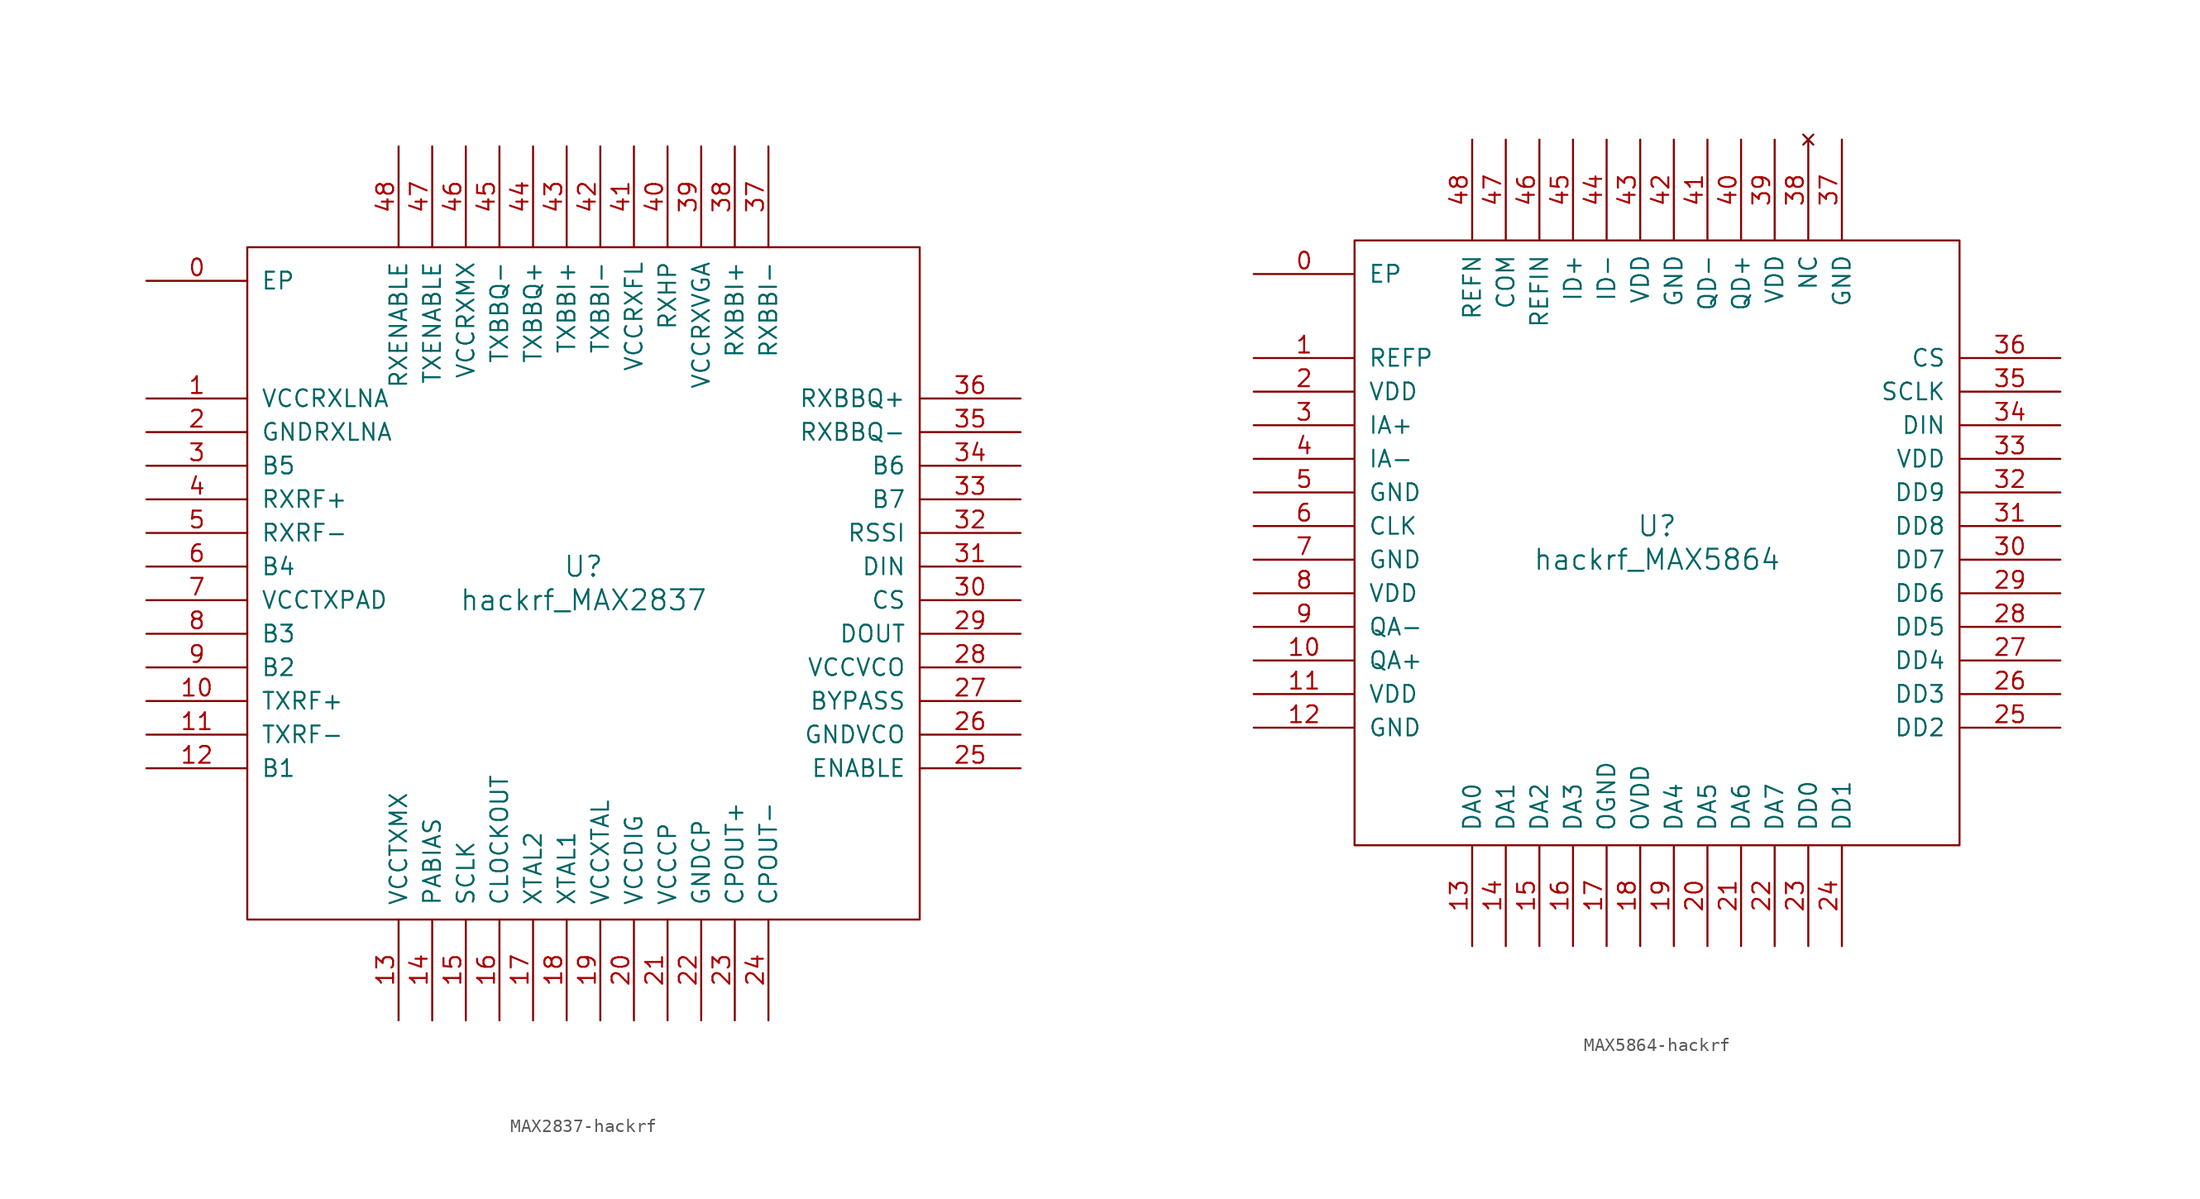
<source format=kicad_sym>
(kicad_symbol_lib
  (version 20231120)
  (generator "kicad_symbol_editor")
  (generator_version "8.0")
  (symbol "MAX2837-hackrf"
    (pin_names
      (offset 1.016))
    (property "Reference" "U"
      (at 0 1.27 0)
      (effects (font (size 1.524 1.524))))
    (property "Value" "hackrf_MAX2837"
      (at 0 -1.27 0)
      (effects (font (size 1.524 1.524))))
    (property "Footprint" ""
      (at 0 0 0)
      (effects (font (size 1.524 1.524))))
    (property "Datasheet" ""
      (at 0 0 0)
      (effects (font (size 1.524 1.524))))
    (symbol "MAX2837-hackrf_0_1"
      (rectangle (start -25.4 25.4) (end 25.4 -25.4) (stroke (width 0) (type solid)) (fill (type none))))
    (symbol "MAX2837-hackrf_1_1"
      (pin power_in line (at -33.02 22.86 0) (length 7.62) (name "EP" (effects (font (size 1.27 1.27)))) (number "0" (effects (font (size 1.27 1.27)))))
      (pin power_in line (at -33.02 13.97 0) (length 7.62) (name "VCCRXLNA" (effects (font (size 1.27 1.27)))) (number "1" (effects (font (size 1.27 1.27)))))
      (pin output line (at -33.02 -8.89 0) (length 7.62) (name "TXRF+" (effects (font (size 1.27 1.27)))) (number "10" (effects (font (size 1.27 1.27)))))
      (pin output line (at -33.02 -11.43 0) (length 7.62) (name "TXRF-" (effects (font (size 1.27 1.27)))) (number "11" (effects (font (size 1.27 1.27)))))
      (pin input line (at -33.02 -13.97 0) (length 7.62) (name "B1" (effects (font (size 1.27 1.27)))) (number "12" (effects (font (size 1.27 1.27)))))
      (pin power_in line (at -13.97 -33.02 90) (length 7.62) (name "VCCTXMX" (effects (font (size 1.27 1.27)))) (number "13" (effects (font (size 1.27 1.27)))))
      (pin output line (at -11.43 -33.02 90) (length 7.62) (name "PABIAS" (effects (font (size 1.27 1.27)))) (number "14" (effects (font (size 1.27 1.27)))))
      (pin input line (at -8.89 -33.02 90) (length 7.62) (name "SCLK" (effects (font (size 1.27 1.27)))) (number "15" (effects (font (size 1.27 1.27)))))
      (pin output line (at -6.35 -33.02 90) (length 7.62) (name "CLOCKOUT" (effects (font (size 1.27 1.27)))) (number "16" (effects (font (size 1.27 1.27)))))
      (pin input line (at -3.81 -33.02 90) (length 7.62) (name "XTAL2" (effects (font (size 1.27 1.27)))) (number "17" (effects (font (size 1.27 1.27)))))
      (pin output line (at -1.27 -33.02 90) (length 7.62) (name "XTAL1" (effects (font (size 1.27 1.27)))) (number "18" (effects (font (size 1.27 1.27)))))
      (pin power_in line (at 1.27 -33.02 90) (length 7.62) (name "VCCXTAL" (effects (font (size 1.27 1.27)))) (number "19" (effects (font (size 1.27 1.27)))))
      (pin power_in line (at -33.02 11.43 0) (length 7.62) (name "GNDRXLNA" (effects (font (size 1.27 1.27)))) (number "2" (effects (font (size 1.27 1.27)))))
      (pin power_in line (at 3.81 -33.02 90) (length 7.62) (name "VCCDIG" (effects (font (size 1.27 1.27)))) (number "20" (effects (font (size 1.27 1.27)))))
      (pin power_in line (at 6.35 -33.02 90) (length 7.62) (name "VCCCP" (effects (font (size 1.27 1.27)))) (number "21" (effects (font (size 1.27 1.27)))))
      (pin power_in line (at 8.89 -33.02 90) (length 7.62) (name "GNDCP" (effects (font (size 1.27 1.27)))) (number "22" (effects (font (size 1.27 1.27)))))
      (pin output line (at 11.43 -33.02 90) (length 7.62) (name "CPOUT+" (effects (font (size 1.27 1.27)))) (number "23" (effects (font (size 1.27 1.27)))))
      (pin output line (at 13.97 -33.02 90) (length 7.62) (name "CPOUT-" (effects (font (size 1.27 1.27)))) (number "24" (effects (font (size 1.27 1.27)))))
      (pin input line (at 33.02 -13.97 180) (length 7.62) (name "ENABLE" (effects (font (size 1.27 1.27)))) (number "25" (effects (font (size 1.27 1.27)))))
      (pin power_in line (at 33.02 -11.43 180) (length 7.62) (name "GNDVCO" (effects (font (size 1.27 1.27)))) (number "26" (effects (font (size 1.27 1.27)))))
      (pin output line (at 33.02 -8.89 180) (length 7.62) (name "BYPASS" (effects (font (size 1.27 1.27)))) (number "27" (effects (font (size 1.27 1.27)))))
      (pin power_in line (at 33.02 -6.35 180) (length 7.62) (name "VCCVCO" (effects (font (size 1.27 1.27)))) (number "28" (effects (font (size 1.27 1.27)))))
      (pin output line (at 33.02 -3.81 180) (length 7.62) (name "DOUT" (effects (font (size 1.27 1.27)))) (number "29" (effects (font (size 1.27 1.27)))))
      (pin input line (at -33.02 8.89 0) (length 7.62) (name "B5" (effects (font (size 1.27 1.27)))) (number "3" (effects (font (size 1.27 1.27)))))
      (pin input line (at 33.02 -1.27 180) (length 7.62) (name "CS" (effects (font (size 1.27 1.27)))) (number "30" (effects (font (size 1.27 1.27)))))
      (pin input line (at 33.02 1.27 180) (length 7.62) (name "DIN" (effects (font (size 1.27 1.27)))) (number "31" (effects (font (size 1.27 1.27)))))
      (pin output line (at 33.02 3.81 180) (length 7.62) (name "RSSI" (effects (font (size 1.27 1.27)))) (number "32" (effects (font (size 1.27 1.27)))))
      (pin input line (at 33.02 6.35 180) (length 7.62) (name "B7" (effects (font (size 1.27 1.27)))) (number "33" (effects (font (size 1.27 1.27)))))
      (pin input line (at 33.02 8.89 180) (length 7.62) (name "B6" (effects (font (size 1.27 1.27)))) (number "34" (effects (font (size 1.27 1.27)))))
      (pin output line (at 33.02 11.43 180) (length 7.62) (name "RXBBQ-" (effects (font (size 1.27 1.27)))) (number "35" (effects (font (size 1.27 1.27)))))
      (pin output line (at 33.02 13.97 180) (length 7.62) (name "RXBBQ+" (effects (font (size 1.27 1.27)))) (number "36" (effects (font (size 1.27 1.27)))))
      (pin output line (at 13.97 33.02 270) (length 7.62) (name "RXBBI-" (effects (font (size 1.27 1.27)))) (number "37" (effects (font (size 1.27 1.27)))))
      (pin output line (at 11.43 33.02 270) (length 7.62) (name "RXBBI+" (effects (font (size 1.27 1.27)))) (number "38" (effects (font (size 1.27 1.27)))))
      (pin power_in line (at 8.89 33.02 270) (length 7.62) (name "VCCRXVGA" (effects (font (size 1.27 1.27)))) (number "39" (effects (font (size 1.27 1.27)))))
      (pin input line (at -33.02 6.35 0) (length 7.62) (name "RXRF+" (effects (font (size 1.27 1.27)))) (number "4" (effects (font (size 1.27 1.27)))))
      (pin input line (at 6.35 33.02 270) (length 7.62) (name "RXHP" (effects (font (size 1.27 1.27)))) (number "40" (effects (font (size 1.27 1.27)))))
      (pin power_in line (at 3.81 33.02 270) (length 7.62) (name "VCCRXFL" (effects (font (size 1.27 1.27)))) (number "41" (effects (font (size 1.27 1.27)))))
      (pin input line (at 1.27 33.02 270) (length 7.62) (name "TXBBI-" (effects (font (size 1.27 1.27)))) (number "42" (effects (font (size 1.27 1.27)))))
      (pin input line (at -1.27 33.02 270) (length 7.62) (name "TXBBI+" (effects (font (size 1.27 1.27)))) (number "43" (effects (font (size 1.27 1.27)))))
      (pin input line (at -3.81 33.02 270) (length 7.62) (name "TXBBQ+" (effects (font (size 1.27 1.27)))) (number "44" (effects (font (size 1.27 1.27)))))
      (pin input line (at -6.35 33.02 270) (length 7.62) (name "TXBBQ-" (effects (font (size 1.27 1.27)))) (number "45" (effects (font (size 1.27 1.27)))))
      (pin power_in line (at -8.89 33.02 270) (length 7.62) (name "VCCRXMX" (effects (font (size 1.27 1.27)))) (number "46" (effects (font (size 1.27 1.27)))))
      (pin input line (at -11.43 33.02 270) (length 7.62) (name "TXENABLE" (effects (font (size 1.27 1.27)))) (number "47" (effects (font (size 1.27 1.27)))))
      (pin input line (at -13.97 33.02 270) (length 7.62) (name "RXENABLE" (effects (font (size 1.27 1.27)))) (number "48" (effects (font (size 1.27 1.27)))))
      (pin input line (at -33.02 3.81 0) (length 7.62) (name "RXRF-" (effects (font (size 1.27 1.27)))) (number "5" (effects (font (size 1.27 1.27)))))
      (pin input line (at -33.02 1.27 0) (length 7.62) (name "B4" (effects (font (size 1.27 1.27)))) (number "6" (effects (font (size 1.27 1.27)))))
      (pin power_in line (at -33.02 -1.27 0) (length 7.62) (name "VCCTXPAD" (effects (font (size 1.27 1.27)))) (number "7" (effects (font (size 1.27 1.27)))))
      (pin input line (at -33.02 -3.81 0) (length 7.62) (name "B3" (effects (font (size 1.27 1.27)))) (number "8" (effects (font (size 1.27 1.27)))))
      (pin input line (at -33.02 -6.35 0) (length 7.62) (name "B2" (effects (font (size 1.27 1.27)))) (number "9" (effects (font (size 1.27 1.27)))))))
  (symbol "MAX5864-hackrf"
    (pin_names
      (offset 1.016))
    (property "Reference" "U"
      (at 0 1.27 0)
      (effects (font (size 1.524 1.524))))
    (property "Value" "hackrf_MAX5864"
      (at 0 -1.27 0)
      (effects (font (size 1.524 1.524))))
    (property "Footprint" ""
      (at 0 0 0)
      (effects (font (size 1.524 1.524))))
    (property "Datasheet" ""
      (at 0 0 0)
      (effects (font (size 1.524 1.524))))
    (symbol "MAX5864-hackrf_0_1"
      (rectangle (start -22.86 22.86) (end 22.86 -22.86) (stroke (width 0) (type solid)) (fill (type none))))
    (symbol "MAX5864-hackrf_1_1"
      (pin power_in line (at -30.48 20.32 0) (length 7.62) (name "EP" (effects (font (size 1.27 1.27)))) (number "0" (effects (font (size 1.27 1.27)))))
      (pin output line (at -30.48 13.97 0) (length 7.62) (name "REFP" (effects (font (size 1.27 1.27)))) (number "1" (effects (font (size 1.27 1.27)))))
      (pin input line (at -30.48 -8.89 0) (length 7.62) (name "QA+" (effects (font (size 1.27 1.27)))) (number "10" (effects (font (size 1.27 1.27)))))
      (pin power_in line (at -30.48 -11.43 0) (length 7.62) (name "VDD" (effects (font (size 1.27 1.27)))) (number "11" (effects (font (size 1.27 1.27)))))
      (pin power_in line (at -30.48 -13.97 0) (length 7.62) (name "GND" (effects (font (size 1.27 1.27)))) (number "12" (effects (font (size 1.27 1.27)))))
      (pin output line (at -13.97 -30.48 90) (length 7.62) (name "DA0" (effects (font (size 1.27 1.27)))) (number "13" (effects (font (size 1.27 1.27)))))
      (pin output line (at -11.43 -30.48 90) (length 7.62) (name "DA1" (effects (font (size 1.27 1.27)))) (number "14" (effects (font (size 1.27 1.27)))))
      (pin output line (at -8.89 -30.48 90) (length 7.62) (name "DA2" (effects (font (size 1.27 1.27)))) (number "15" (effects (font (size 1.27 1.27)))))
      (pin output line (at -6.35 -30.48 90) (length 7.62) (name "DA3" (effects (font (size 1.27 1.27)))) (number "16" (effects (font (size 1.27 1.27)))))
      (pin power_in line (at -3.81 -30.48 90) (length 7.62) (name "OGND" (effects (font (size 1.27 1.27)))) (number "17" (effects (font (size 1.27 1.27)))))
      (pin power_in line (at -1.27 -30.48 90) (length 7.62) (name "OVDD" (effects (font (size 1.27 1.27)))) (number "18" (effects (font (size 1.27 1.27)))))
      (pin output line (at 1.27 -30.48 90) (length 7.62) (name "DA4" (effects (font (size 1.27 1.27)))) (number "19" (effects (font (size 1.27 1.27)))))
      (pin power_in line (at -30.48 11.43 0) (length 7.62) (name "VDD" (effects (font (size 1.27 1.27)))) (number "2" (effects (font (size 1.27 1.27)))))
      (pin output line (at 3.81 -30.48 90) (length 7.62) (name "DA5" (effects (font (size 1.27 1.27)))) (number "20" (effects (font (size 1.27 1.27)))))
      (pin output line (at 6.35 -30.48 90) (length 7.62) (name "DA6" (effects (font (size 1.27 1.27)))) (number "21" (effects (font (size 1.27 1.27)))))
      (pin output line (at 8.89 -30.48 90) (length 7.62) (name "DA7" (effects (font (size 1.27 1.27)))) (number "22" (effects (font (size 1.27 1.27)))))
      (pin input line (at 11.43 -30.48 90) (length 7.62) (name "DD0" (effects (font (size 1.27 1.27)))) (number "23" (effects (font (size 1.27 1.27)))))
      (pin input line (at 13.97 -30.48 90) (length 7.62) (name "DD1" (effects (font (size 1.27 1.27)))) (number "24" (effects (font (size 1.27 1.27)))))
      (pin input line (at 30.48 -13.97 180) (length 7.62) (name "DD2" (effects (font (size 1.27 1.27)))) (number "25" (effects (font (size 1.27 1.27)))))
      (pin input line (at 30.48 -11.43 180) (length 7.62) (name "DD3" (effects (font (size 1.27 1.27)))) (number "26" (effects (font (size 1.27 1.27)))))
      (pin input line (at 30.48 -8.89 180) (length 7.62) (name "DD4" (effects (font (size 1.27 1.27)))) (number "27" (effects (font (size 1.27 1.27)))))
      (pin input line (at 30.48 -6.35 180) (length 7.62) (name "DD5" (effects (font (size 1.27 1.27)))) (number "28" (effects (font (size 1.27 1.27)))))
      (pin input line (at 30.48 -3.81 180) (length 7.62) (name "DD6" (effects (font (size 1.27 1.27)))) (number "29" (effects (font (size 1.27 1.27)))))
      (pin input line (at -30.48 8.89 0) (length 7.62) (name "IA+" (effects (font (size 1.27 1.27)))) (number "3" (effects (font (size 1.27 1.27)))))
      (pin input line (at 30.48 -1.27 180) (length 7.62) (name "DD7" (effects (font (size 1.27 1.27)))) (number "30" (effects (font (size 1.27 1.27)))))
      (pin input line (at 30.48 1.27 180) (length 7.62) (name "DD8" (effects (font (size 1.27 1.27)))) (number "31" (effects (font (size 1.27 1.27)))))
      (pin input line (at 30.48 3.81 180) (length 7.62) (name "DD9" (effects (font (size 1.27 1.27)))) (number "32" (effects (font (size 1.27 1.27)))))
      (pin power_in line (at 30.48 6.35 180) (length 7.62) (name "VDD" (effects (font (size 1.27 1.27)))) (number "33" (effects (font (size 1.27 1.27)))))
      (pin input line (at 30.48 8.89 180) (length 7.62) (name "DIN" (effects (font (size 1.27 1.27)))) (number "34" (effects (font (size 1.27 1.27)))))
      (pin input line (at 30.48 11.43 180) (length 7.62) (name "SCLK" (effects (font (size 1.27 1.27)))) (number "35" (effects (font (size 1.27 1.27)))))
      (pin input line (at 30.48 13.97 180) (length 7.62) (name "CS" (effects (font (size 1.27 1.27)))) (number "36" (effects (font (size 1.27 1.27)))))
      (pin power_in line (at 13.97 30.48 270) (length 7.62) (name "GND" (effects (font (size 1.27 1.27)))) (number "37" (effects (font (size 1.27 1.27)))))
      (pin no_connect line (at 11.43 30.48 270) (length 7.62) (name "NC" (effects (font (size 1.27 1.27)))) (number "38" (effects (font (size 1.27 1.27)))))
      (pin power_in line (at 8.89 30.48 270) (length 7.62) (name "VDD" (effects (font (size 1.27 1.27)))) (number "39" (effects (font (size 1.27 1.27)))))
      (pin input line (at -30.48 6.35 0) (length 7.62) (name "IA-" (effects (font (size 1.27 1.27)))) (number "4" (effects (font (size 1.27 1.27)))))
      (pin output line (at 6.35 30.48 270) (length 7.62) (name "QD+" (effects (font (size 1.27 1.27)))) (number "40" (effects (font (size 1.27 1.27)))))
      (pin output line (at 3.81 30.48 270) (length 7.62) (name "QD-" (effects (font (size 1.27 1.27)))) (number "41" (effects (font (size 1.27 1.27)))))
      (pin power_in line (at 1.27 30.48 270) (length 7.62) (name "GND" (effects (font (size 1.27 1.27)))) (number "42" (effects (font (size 1.27 1.27)))))
      (pin power_in line (at -1.27 30.48 270) (length 7.62) (name "VDD" (effects (font (size 1.27 1.27)))) (number "43" (effects (font (size 1.27 1.27)))))
      (pin output line (at -3.81 30.48 270) (length 7.62) (name "ID-" (effects (font (size 1.27 1.27)))) (number "44" (effects (font (size 1.27 1.27)))))
      (pin output line (at -6.35 30.48 270) (length 7.62) (name "ID+" (effects (font (size 1.27 1.27)))) (number "45" (effects (font (size 1.27 1.27)))))
      (pin input line (at -8.89 30.48 270) (length 7.62) (name "REFIN" (effects (font (size 1.27 1.27)))) (number "46" (effects (font (size 1.27 1.27)))))
      (pin output line (at -11.43 30.48 270) (length 7.62) (name "COM" (effects (font (size 1.27 1.27)))) (number "47" (effects (font (size 1.27 1.27)))))
      (pin output line (at -13.97 30.48 270) (length 7.62) (name "REFN" (effects (font (size 1.27 1.27)))) (number "48" (effects (font (size 1.27 1.27)))))
      (pin power_in line (at -30.48 3.81 0) (length 7.62) (name "GND" (effects (font (size 1.27 1.27)))) (number "5" (effects (font (size 1.27 1.27)))))
      (pin input line (at -30.48 1.27 0) (length 7.62) (name "CLK" (effects (font (size 1.27 1.27)))) (number "6" (effects (font (size 1.27 1.27)))))
      (pin power_in line (at -30.48 -1.27 0) (length 7.62) (name "GND" (effects (font (size 1.27 1.27)))) (number "7" (effects (font (size 1.27 1.27)))))
      (pin power_in line (at -30.48 -3.81 0) (length 7.62) (name "VDD" (effects (font (size 1.27 1.27)))) (number "8" (effects (font (size 1.27 1.27)))))
      (pin input line (at -30.48 -6.35 0) (length 7.62) (name "QA-" (effects (font (size 1.27 1.27)))) (number "9" (effects (font (size 1.27 1.27))))))))
</source>
